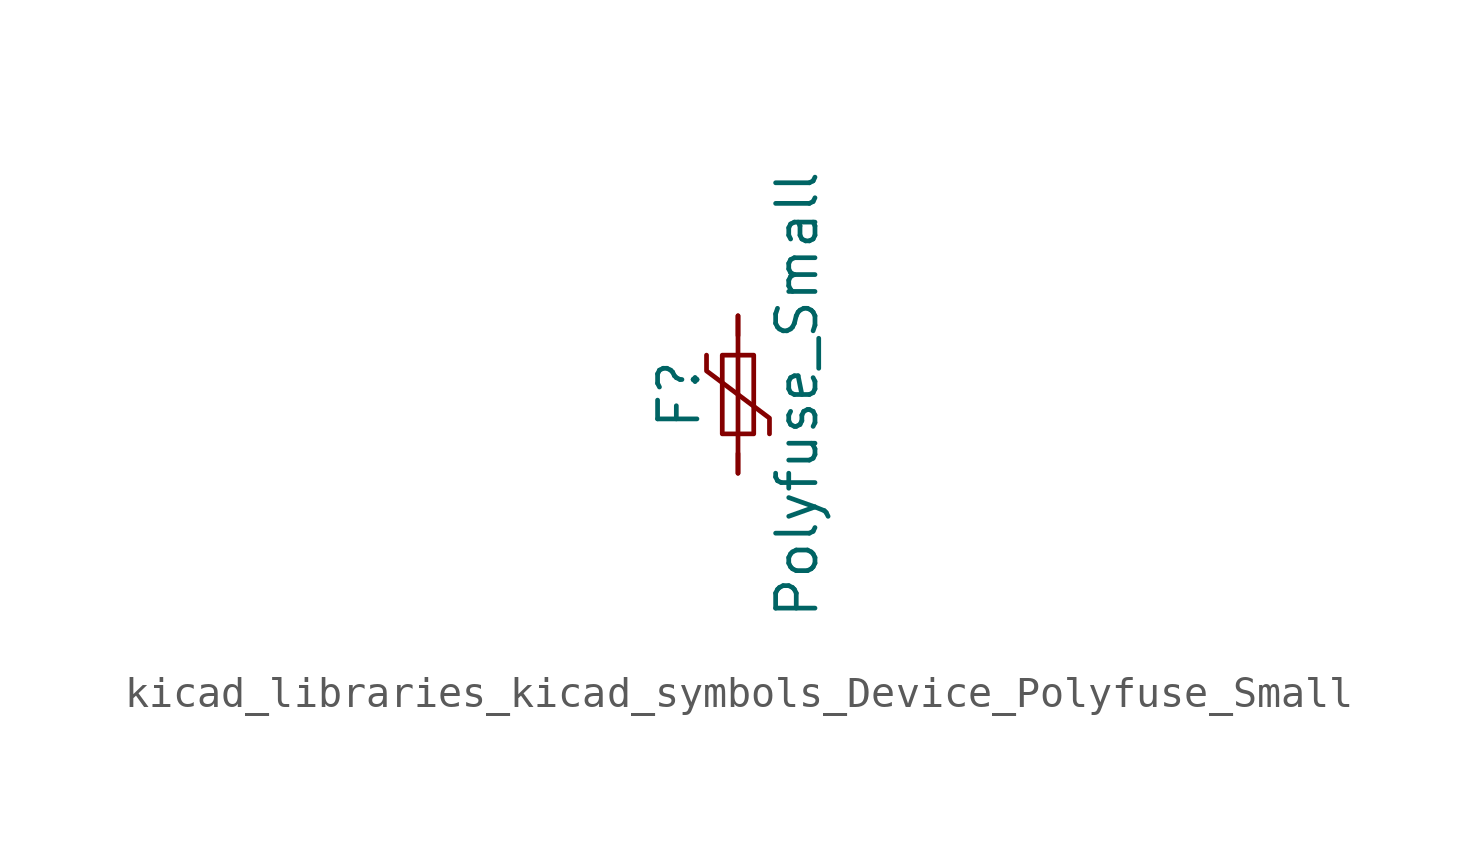
<source format=kicad_sym>
(kicad_symbol_lib
  (version 20220914)
  (generator kicad_symbol_editor)
  (symbol "kicad_libraries_kicad_symbols_Device_Polyfuse_Small"
    (pin_numbers hide)
    (pin_names
      (offset 0))
    (property "Reference" "F"
      (at -1.905 0 90)
      (effects (font (size 1.27 1.27))))
    (property "Value" "Polyfuse_Small"
      (at 1.905 0 90)
      (effects (font (size 1.27 1.27))))
    (symbol "kicad_libraries_kicad_symbols_Device_Polyfuse_Small_0_1"
      (rectangle (start -0.508 1.27) (end 0.508 -1.27) (stroke (width 0) (type default)) (fill (type none)))
      (polyline (pts (xy 0 2.54) (xy 0 -2.54)) (stroke (width 0) (type default)) (fill (type none)))
      (polyline (pts (xy -1.016 1.27) (xy -1.016 0.762) (xy 1.016 -0.762) (xy 1.016 -1.27)) (stroke (width 0) (type default)) (fill (type none))))
    (symbol "kicad_libraries_kicad_symbols_Device_Polyfuse_Small_1_1"
      (pin passive line (at 0 2.54 270) (length 0.635) (name "~" (effects (font (size 1.27 1.27)))) (number "1" (effects (font (size 1.27 1.27)))))
      (pin passive line (at 0 -2.54 90) (length 0.635) (name "~" (effects (font (size 1.27 1.27)))) (number "2" (effects (font (size 1.27 1.27))))))))
</source>
